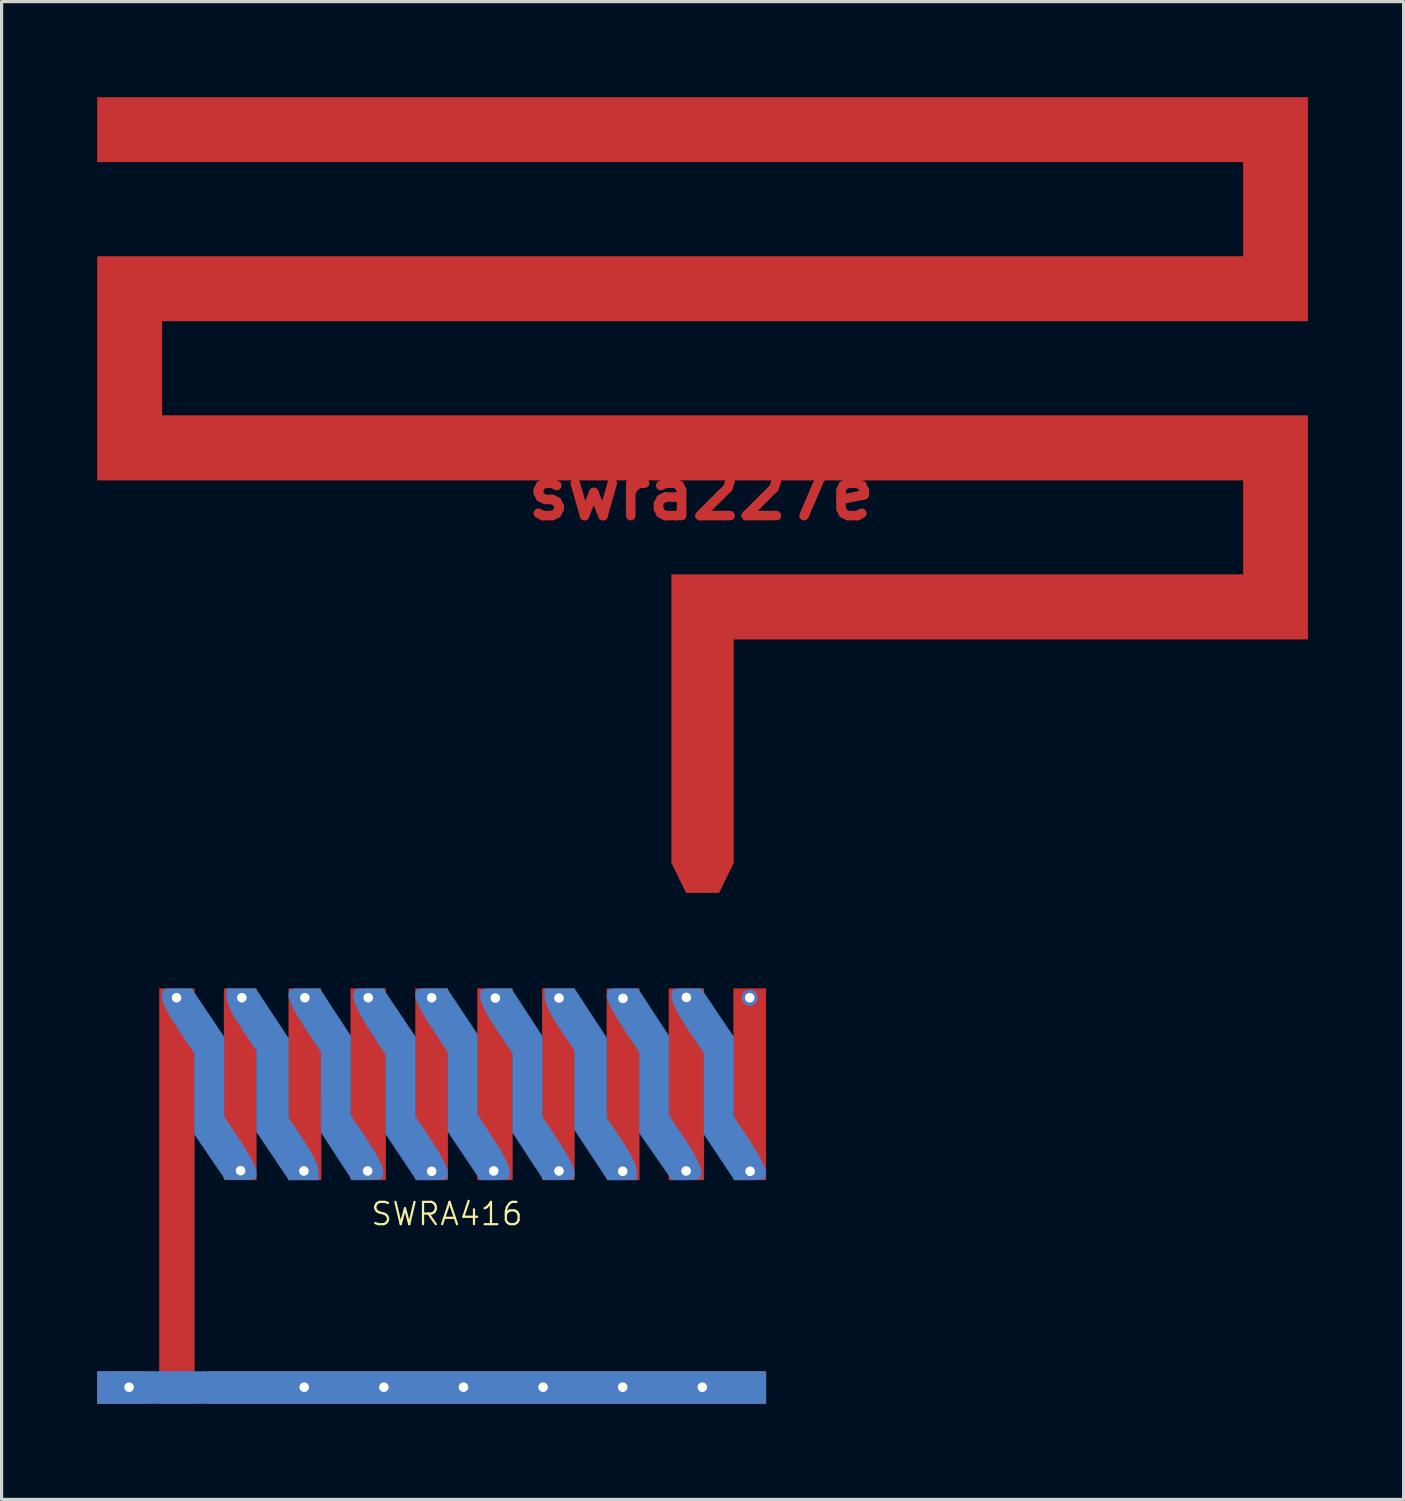
<source format=kicad_pcb>
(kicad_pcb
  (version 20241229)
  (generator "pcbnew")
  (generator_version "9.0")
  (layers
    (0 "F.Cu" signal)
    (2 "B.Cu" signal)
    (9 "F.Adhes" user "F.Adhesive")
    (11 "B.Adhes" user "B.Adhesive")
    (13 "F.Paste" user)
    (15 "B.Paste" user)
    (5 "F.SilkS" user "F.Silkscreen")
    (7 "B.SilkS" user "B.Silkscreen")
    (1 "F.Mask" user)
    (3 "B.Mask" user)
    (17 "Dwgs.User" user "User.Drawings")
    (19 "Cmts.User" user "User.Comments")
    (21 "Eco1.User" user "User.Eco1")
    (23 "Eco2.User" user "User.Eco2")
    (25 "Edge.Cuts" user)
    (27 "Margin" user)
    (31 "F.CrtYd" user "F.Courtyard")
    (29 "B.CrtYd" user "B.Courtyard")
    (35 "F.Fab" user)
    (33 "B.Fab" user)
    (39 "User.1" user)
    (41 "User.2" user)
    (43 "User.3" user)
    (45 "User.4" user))
  (footprint "swra227e"
    (layer "F.Cu")
    (at 18.97 12.451)
    (property "Reference" "swra227e" (at 0 0 0) (layer "F.Cu") (effects (font (size 1.524 1.524) (thickness 0.3))))
    (attr through_hole)
    (fp_poly (pts (xy 19.05 -5.419) (xy -16.933 -5.419) (xy -16.933 -2.455) (xy 19.05 -2.455) (xy 19.05 4.572) (xy 1.016 4.572) (xy 1.016 11.596) (xy 0.787 12.063) (xy 0.557 12.531) (xy -0.473 12.531) (xy -0.702 12.063) (xy -0.931 11.596) (xy -0.931 2.54) (xy 17.018 2.54) (xy 17.018 -0.423) (xy -18.965 -0.423) (xy -18.965 -7.451) (xy 17.018 -7.451) (xy 17.018 -10.414) (xy -18.965 -10.414) (xy -18.965 -12.446) (xy 19.05 -12.446) (xy 19.05 -5.419)) (stroke (width 0.01) (type solid)) (fill yes) (layer "F.Cu"))
    (pad "1" smd rect (at 0.038 11.76) (size 1 1.524) (layers "F.Cu")))
  (footprint "SWRA416"
    (layer "F.Cu")
    (at 10.504 34.511)
    (property "Reference" "SWRA416" (at 0.48 0.56 0) (layer "F.SilkS") (effects (font (size 0.7 0.7) (thickness 0.07))))
    (attr through_hole)
    (fp_poly (pts (xy -8.975 6.519) (xy -10.499 6.519) (xy -10.499 5.503) (xy -8.975 5.503) (xy -8.975 6.519)) (stroke (width 0.01) (type solid)) (fill yes) (layer "F.Cu"))
    (fp_poly (pts (xy -7.451 6.519) (xy -8.551 6.519) (xy -8.551 -6.519) (xy -7.451 -6.519) (xy -7.451 6.519)) (stroke (width 0.01) (type solid)) (fill yes) (layer "F.Cu"))
    (fp_poly (pts (xy -5.503 -0.508) (xy -6.519 -0.508) (xy -6.519 -6.519) (xy -5.503 -6.519) (xy -5.503 -0.508)) (stroke (width 0.01) (type solid)) (fill yes) (layer "F.Cu"))
    (fp_poly (pts (xy -3.471 -0.508) (xy -4.487 -0.508) (xy -4.487 -6.519) (xy -3.471 -6.519) (xy -3.471 -0.508)) (stroke (width 0.01) (type solid)) (fill yes) (layer "F.Cu"))
    (fp_poly (pts (xy -1.439 -0.508) (xy -2.54 -0.508) (xy -2.54 -6.519) (xy -1.439 -6.519) (xy -1.439 -0.508)) (stroke (width 0.01) (type solid)) (fill yes) (layer "F.Cu"))
    (fp_poly (pts (xy 0.508 -0.508) (xy -0.508 -0.508) (xy -0.508 -6.519) (xy 0.508 -6.519) (xy 0.508 -0.508)) (stroke (width 0.01) (type solid)) (fill yes) (layer "F.Cu"))
    (fp_poly (pts (xy 2.54 -0.508) (xy 1.439 -0.508) (xy 1.439 -6.519) (xy 2.54 -6.519) (xy 2.54 -0.508)) (stroke (width 0.01) (type solid)) (fill yes) (layer "F.Cu"))
    (fp_poly (pts (xy 4.487 -0.508) (xy 3.471 -0.508) (xy 3.471 -6.519) (xy 4.487 -6.519) (xy 4.487 -0.508)) (stroke (width 0.01) (type solid)) (fill yes) (layer "F.Cu"))
    (fp_poly (pts (xy 6.519 -0.508) (xy 5.503 -0.508) (xy 5.503 -6.519) (xy 6.519 -6.519) (xy 6.519 -0.508)) (stroke (width 0.01) (type solid)) (fill yes) (layer "F.Cu"))
    (fp_poly (pts (xy 8.551 -0.508) (xy 7.451 -0.508) (xy 7.451 -6.519) (xy 8.551 -6.519) (xy 8.551 -0.508)) (stroke (width 0.01) (type solid)) (fill yes) (layer "F.Cu"))
    (fp_poly (pts (xy 10.499 -0.508) (xy 9.483 -0.508) (xy 9.483 -6.519) (xy 10.499 -6.519) (xy 10.499 -0.508)) (stroke (width 0.01) (type solid)) (fill yes) (layer "F.Cu"))
    (fp_poly (pts (xy 10.499 6.519) (xy -7.027 6.519) (xy -7.027 5.503) (xy 10.499 5.503) (xy 10.499 6.519)) (stroke (width 0.01) (type solid)) (fill yes) (layer "F.Cu"))
    (fp_poly (pts (xy 10.499 6.519) (xy -10.499 6.519) (xy -10.499 5.503) (xy 10.499 5.503) (xy 10.499 6.519)) (stroke (width 0.01) (type solid)) (fill yes) (layer "B.Cu"))
    (fp_poly (pts (xy 5.503 -4.959) (xy 5.503 -2.451) (xy 5.969 -1.755) (xy 6.227 -1.343) (xy 6.379 -1.033) (xy 6.434 -0.806) (xy 6.435 -0.784) (xy 6.435 -0.508) (xy 5.526 -0.508) (xy 5.007 -1.295) (xy 4.487 -2.083) (xy 4.487 -4.576) (xy 4.022 -5.272) (xy 3.763 -5.684) (xy 3.612 -5.994) (xy 3.557 -6.222) (xy 3.556 -6.243) (xy 3.556 -6.519) (xy 4.484 -6.519) (xy 5.503 -4.959)) (stroke (width 0.01) (type solid)) (fill yes) (layer "B.Cu"))
    (fp_poly (pts (xy -5.007 -5.732) (xy -4.487 -4.945) (xy -4.487 -2.451) (xy -4.022 -1.755) (xy -3.763 -1.343) (xy -3.612 -1.033) (xy -3.557 -0.806) (xy -3.556 -0.784) (xy -3.556 -0.508) (xy -4.483 -0.508) (xy -4.993 -1.267) (xy -5.503 -2.026) (xy -5.503 -4.576) (xy -5.969 -5.272) (xy -6.227 -5.684) (xy -6.379 -5.994) (xy -6.434 -6.222) (xy -6.435 -6.243) (xy -6.435 -6.519) (xy -5.526 -6.519) (xy -5.007 -5.732)) (stroke (width 0.01) (type solid)) (fill yes) (layer "B.Cu"))
    (fp_poly (pts (xy -6.519 -5.002) (xy -6.519 -3.75) (xy -6.519 -2.498) (xy -6.011 -1.736) (xy -5.763 -1.339) (xy -5.591 -1.014) (xy -5.509 -0.787) (xy -5.504 -0.741) (xy -5.512 -0.61) (xy -5.566 -0.541) (xy -5.705 -0.514) (xy -5.971 -0.512) (xy -5.99 -0.512) (xy -6.477 -0.515) (xy -7.451 -1.949) (xy -7.451 -4.494) (xy -7.959 -5.249) (xy -8.242 -5.698) (xy -8.41 -6.033) (xy -8.467 -6.259) (xy -8.467 -6.262) (xy -8.459 -6.409) (xy -8.408 -6.486) (xy -8.273 -6.515) (xy -8.01 -6.519) (xy -7.54 -6.519) (xy -6.519 -5.002)) (stroke (width 0.01) (type solid)) (fill yes) (layer "B.Cu"))
    (fp_poly (pts (xy -1.018 -5.761) (xy -0.508 -5.002) (xy -0.508 -3.75) (xy -0.508 -2.498) (xy 0 -1.736) (xy 0.249 -1.339) (xy 0.421 -1.014) (xy 0.503 -0.787) (xy 0.508 -0.741) (xy 0.499 -0.611) (xy 0.446 -0.541) (xy 0.308 -0.513) (xy 0.045 -0.508) (xy 0.013 -0.508) (xy -0.483 -0.508) (xy -0.961 -1.227) (xy -1.439 -1.946) (xy -1.439 -4.43) (xy -1.947 -5.214) (xy -2.231 -5.681) (xy -2.4 -6.028) (xy -2.455 -6.259) (xy -2.448 -6.408) (xy -2.398 -6.485) (xy -2.263 -6.515) (xy -2.003 -6.519) (xy -1.528 -6.519) (xy -1.018 -5.761)) (stroke (width 0.01) (type solid)) (fill yes) (layer "B.Cu"))
    (fp_poly (pts (xy 5.99 -6.518) (xy 6.477 -6.517) (xy 6.964 -5.773) (xy 7.451 -5.028) (xy 7.451 -2.534) (xy 7.959 -1.778) (xy 8.242 -1.329) (xy 8.41 -0.994) (xy 8.467 -0.768) (xy 8.467 -0.765) (xy 8.459 -0.617) (xy 8.408 -0.541) (xy 8.271 -0.512) (xy 8.007 -0.508) (xy 7.547 -0.508) (xy 7.033 -1.247) (xy 6.519 -1.985) (xy 6.519 -4.53) (xy 6.011 -5.292) (xy 5.763 -5.689) (xy 5.591 -6.013) (xy 5.509 -6.24) (xy 5.504 -6.287) (xy 5.512 -6.417) (xy 5.566 -6.487) (xy 5.706 -6.514) (xy 5.972 -6.518) (xy 5.99 -6.518)) (stroke (width 0.01) (type solid)) (fill yes) (layer "B.Cu"))
    (fp_poly (pts (xy 9.483 -5.002) (xy 9.483 -3.75) (xy 9.483 -2.498) (xy 9.991 -1.736) (xy 10.239 -1.339) (xy 10.411 -1.014) (xy 10.493 -0.787) (xy 10.498 -0.741) (xy 10.49 -0.611) (xy 10.437 -0.541) (xy 10.299 -0.513) (xy 10.035 -0.508) (xy 10.003 -0.508) (xy 9.508 -0.508) (xy 9.03 -1.227) (xy 8.551 -1.946) (xy 8.551 -4.494) (xy 8.043 -5.249) (xy 7.76 -5.698) (xy 7.592 -6.033) (xy 7.535 -6.259) (xy 7.535 -6.262) (xy 7.543 -6.409) (xy 7.594 -6.486) (xy 7.729 -6.515) (xy 7.992 -6.519) (xy 8.462 -6.519) (xy 9.483 -5.002)) (stroke (width 0.01) (type solid)) (fill yes) (layer "B.Cu"))
    (fp_poly (pts (xy -4 -6.518) (xy -3.514 -6.517) (xy -2.54 -5.028) (xy -2.54 -2.534) (xy -2.032 -1.778) (xy -1.749 -1.329) (xy -1.58 -0.994) (xy -1.524 -0.768) (xy -1.524 -0.765) (xy -1.531 -0.621) (xy -1.579 -0.544) (xy -1.709 -0.514) (xy -1.961 -0.509) (xy -2.011 -0.509) (xy -2.498 -0.511) (xy -2.985 -1.255) (xy -3.471 -1.999) (xy -3.472 -3.264) (xy -3.472 -4.53) (xy -3.979 -5.292) (xy -4.228 -5.689) (xy -4.4 -6.013) (xy -4.482 -6.24) (xy -4.487 -6.287) (xy -4.478 -6.417) (xy -4.424 -6.487) (xy -4.285 -6.514) (xy -4.018 -6.518) (xy -4 -6.518)) (stroke (width 0.01) (type solid)) (fill yes) (layer "B.Cu"))
    (fp_poly (pts (xy 0.961 -5.8) (xy 1.439 -5.082) (xy 1.439 -2.559) (xy 1.947 -1.785) (xy 2.226 -1.332) (xy 2.397 -0.988) (xy 2.455 -0.762) (xy 2.455 -0.76) (xy 2.447 -0.616) (xy 2.395 -0.541) (xy 2.257 -0.512) (xy 1.992 -0.508) (xy 1.528 -0.508) (xy 1.018 -1.267) (xy 0.508 -2.026) (xy 0.508 -3.278) (xy 0.508 -4.53) (xy 0 -5.292) (xy -0.249 -5.689) (xy -0.421 -6.013) (xy -0.503 -6.24) (xy -0.508 -6.287) (xy -0.499 -6.417) (xy -0.446 -6.486) (xy -0.308 -6.514) (xy -0.045 -6.519) (xy -0.013 -6.519) (xy 0.483 -6.519) (xy 0.961 -5.8)) (stroke (width 0.01) (type solid)) (fill yes) (layer "B.Cu"))
    (fp_poly (pts (xy 2.011 -6.518) (xy 2.498 -6.517) (xy 2.985 -5.773) (xy 3.471 -5.028) (xy 3.472 -3.763) (xy 3.472 -2.498) (xy 3.979 -1.736) (xy 4.228 -1.339) (xy 4.4 -1.014) (xy 4.482 -0.787) (xy 4.487 -0.741) (xy 4.478 -0.61) (xy 4.424 -0.541) (xy 4.285 -0.513) (xy 4.018 -0.509) (xy 4 -0.509) (xy 3.514 -0.511) (xy 3.027 -1.255) (xy 2.54 -1.999) (xy 2.54 -4.494) (xy 2.032 -5.249) (xy 1.749 -5.698) (xy 1.58 -6.033) (xy 1.524 -6.259) (xy 1.524 -6.262) (xy 1.531 -6.407) (xy 1.579 -6.483) (xy 1.709 -6.513) (xy 1.961 -6.518) (xy 2.011 -6.518)) (stroke (width 0.01) (type solid)) (fill yes) (layer "B.Cu"))
    (pad "" thru_hole circle (at -8.01 -6.23) (size 0.5 0.5) (drill 0.3) (layers "*.Cu"))
    (pad "" thru_hole circle (at -6 -0.8) (size 0.5 0.5) (drill 0.3) (layers "*.Cu"))
    (pad "" thru_hole circle (at -5.96 -6.23) (size 0.5 0.5) (drill 0.3) (layers "*.Cu"))
    (pad "" thru_hole circle (at -4.01 -0.79) (size 0.5 0.5) (drill 0.3) (layers "*.Cu"))
    (pad "" thru_hole circle (at -4 6) (size 0.5 0.5) (drill 0.3) (layers "*.Cu" "*.Mask"))
    (pad "" thru_hole circle (at -3.98 -6.23) (size 0.5 0.5) (drill 0.3) (layers "*.Cu"))
    (pad "" thru_hole circle (at -2.01 -0.79) (size 0.5 0.5) (drill 0.3) (layers "*.Cu"))
    (pad "" thru_hole circle (at -1.99 -6.23) (size 0.5 0.5) (drill 0.3) (layers "*.Cu"))
    (pad "" thru_hole circle (at -1.5 6) (size 0.5 0.5) (drill 0.3) (layers "*.Cu" "*.Mask"))
    (pad "" thru_hole circle (at 0 -6.23) (size 0.5 0.5) (drill 0.3) (layers "*.Cu"))
    (pad "" thru_hole circle (at 0 -0.78) (size 0.5 0.5) (drill 0.3) (layers "*.Cu"))
    (pad "" thru_hole circle (at 1 6) (size 0.5 0.5) (drill 0.3) (layers "*.Cu" "*.Mask"))
    (pad "" thru_hole circle (at 1.95 -0.79) (size 0.5 0.5) (drill 0.3) (layers "*.Cu"))
    (pad "" thru_hole circle (at 2 -6.22) (size 0.5 0.5) (drill 0.3) (layers "*.Cu"))
    (pad "" thru_hole circle (at 3.5 6) (size 0.5 0.5) (drill 0.3) (layers "*.Cu" "*.Mask"))
    (pad "" thru_hole circle (at 4 -6.22) (size 0.5 0.5) (drill 0.3) (layers "*.Cu"))
    (pad "" thru_hole circle (at 4 -0.79) (size 0.5 0.5) (drill 0.3) (layers "*.Cu"))
    (pad "" thru_hole circle (at 6 -0.78) (size 0.5 0.5) (drill 0.3) (layers "*.Cu"))
    (pad "" thru_hole circle (at 6 6) (size 0.5 0.5) (drill 0.3) (layers "*.Cu" "*.Mask"))
    (pad "" thru_hole circle (at 6.01 -6.21) (size 0.5 0.5) (drill 0.3) (layers "*.Cu"))
    (pad "" thru_hole circle (at 7.99 -0.79) (size 0.5 0.5) (drill 0.3) (layers "*.Cu"))
    (pad "" thru_hole circle (at 8 -6.24) (size 0.5 0.5) (drill 0.3) (layers "*.Cu"))
    (pad "" thru_hole circle (at 8.5 6) (size 0.5 0.5) (drill 0.3) (layers "*.Cu" "*.Mask"))
    (pad "" thru_hole circle (at 9.99 -6.23) (size 0.5 0.5) (drill 0.3) (layers "*.Cu"))
    (pad "" thru_hole circle (at 10 -0.78) (size 0.5 0.5) (drill 0.3) (layers "*.Cu"))
    (pad "1" smd circle (at -8 6) (size 0.8 0.8) (layers "F.Cu" "F.Paste"))
    (pad "2" smd circle (at -10.16 6.032) (size 0.6 0.6) (layers "F.Cu" "F.Mask" "F.Paste"))
    (pad "2" thru_hole circle (at -9.5 6) (size 0.5 0.5) (drill 0.3) (layers "*.Cu" "*.Mask"))
    (pad "2" smd circle (at 9.716 6.032) (size 0.6 0.6) (layers "F.Cu" "F.Mask" "F.Paste")))
  (gr_rect
    (start -3 -3)
    (end 41.025 44.035)
    (stroke (width 0.1) (type default))
    (fill no)
    (layer "Edge.Cuts")))
</source>
